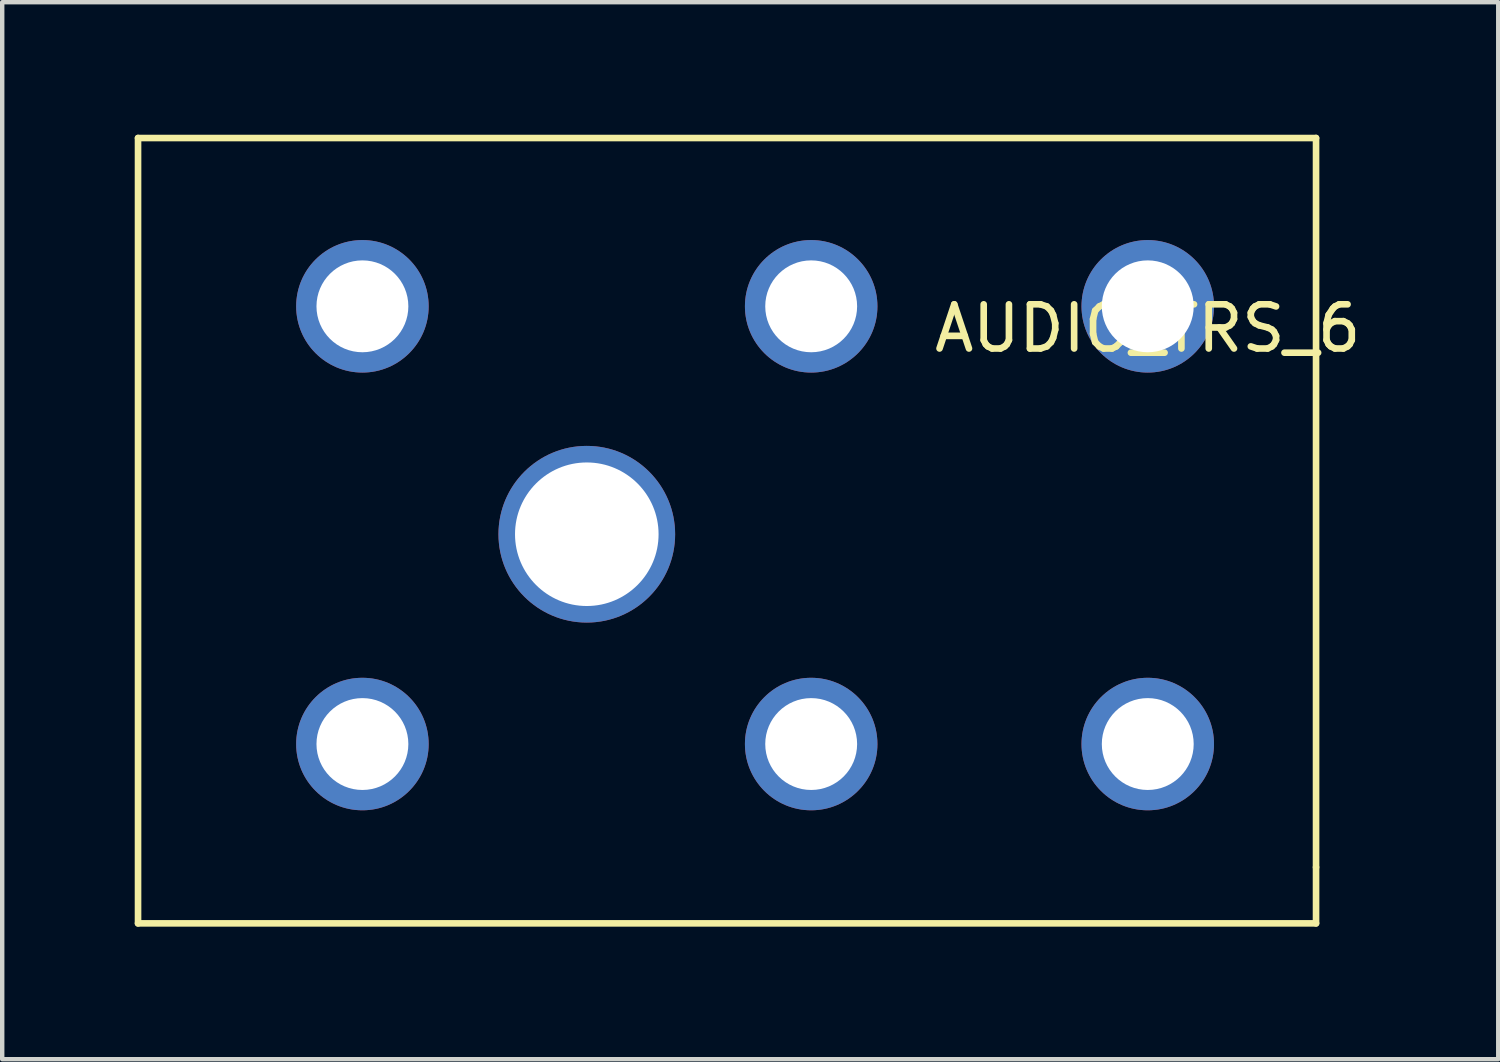
<source format=kicad_pcb>
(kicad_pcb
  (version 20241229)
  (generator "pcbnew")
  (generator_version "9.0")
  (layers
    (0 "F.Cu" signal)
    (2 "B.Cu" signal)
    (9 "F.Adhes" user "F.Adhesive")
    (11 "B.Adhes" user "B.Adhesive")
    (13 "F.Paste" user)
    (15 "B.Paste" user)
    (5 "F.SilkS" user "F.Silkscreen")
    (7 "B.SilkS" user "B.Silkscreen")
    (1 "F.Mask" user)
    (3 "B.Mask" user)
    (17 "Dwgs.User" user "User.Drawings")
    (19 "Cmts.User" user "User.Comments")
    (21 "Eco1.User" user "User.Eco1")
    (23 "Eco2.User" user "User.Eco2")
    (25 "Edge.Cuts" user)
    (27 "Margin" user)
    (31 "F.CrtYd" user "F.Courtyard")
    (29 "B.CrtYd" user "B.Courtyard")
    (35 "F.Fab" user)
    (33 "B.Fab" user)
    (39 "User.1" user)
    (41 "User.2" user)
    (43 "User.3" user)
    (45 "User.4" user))
  (footprint "AUDIO_TRS_6"
    (layer "F.Cu")
    (at 22.935 3.885)
    (property "Reference" "AUDIO_TRS_6" (at 0 0.5 0) (layer "F.SilkS") (effects (font (size 1 1) (thickness 0.15))))
    (attr through_hole)
    (fp_line (start -22.86 -3.81) (end -22.86 13.97) (stroke (width 0.15) (type solid)) (layer "F.SilkS"))
    (fp_line (start -22.86 13.97) (end 3.81 13.97) (stroke (width 0.15) (type solid)) (layer "F.SilkS"))
    (fp_line (start 3.81 -3.81) (end -22.86 -3.81) (stroke (width 0.15) (type solid)) (layer "F.SilkS"))
    (fp_line (start 3.81 12.7) (end 3.81 -3.81) (stroke (width 0.15) (type solid)) (layer "F.SilkS"))
    (fp_line (start 3.81 13.97) (end 3.81 12.7) (stroke (width 0.15) (type solid)) (layer "F.SilkS"))
    (pad "NC" thru_hole circle (at -12.7 5.16) (size 4 4) (drill 3.25) (layers "*.Cu" "*.Mask"))
    (pad "NC" thru_hole circle (at 0 9.91) (size 3 3) (drill 2.08) (layers "*.Cu" "*.Mask"))
    (pad "R" thru_hole circle (at -7.62 0) (size 3 3) (drill 2.08) (layers "*.Cu" "*.Mask"))
    (pad "RB" thru_hole circle (at -7.62 9.91) (size 3 3) (drill 2.08) (layers "*.Cu" "*.Mask"))
    (pad "S" thru_hole circle (at 0 0) (size 3 3) (drill 2.08) (layers "*.Cu" "*.Mask"))
    (pad "T" thru_hole circle (at -17.78 0) (size 3 3) (drill 2.08) (layers "*.Cu" "*.Mask"))
    (pad "TR" thru_hole circle (at -17.78 9.91) (size 3 3) (drill 2.08) (layers "*.Cu" "*.Mask")))
  (gr_rect
    (start -3 -3)
    (end 30.87 20.93)
    (stroke (width 0.1) (type default))
    (fill no)
    (layer "Edge.Cuts")))
</source>
